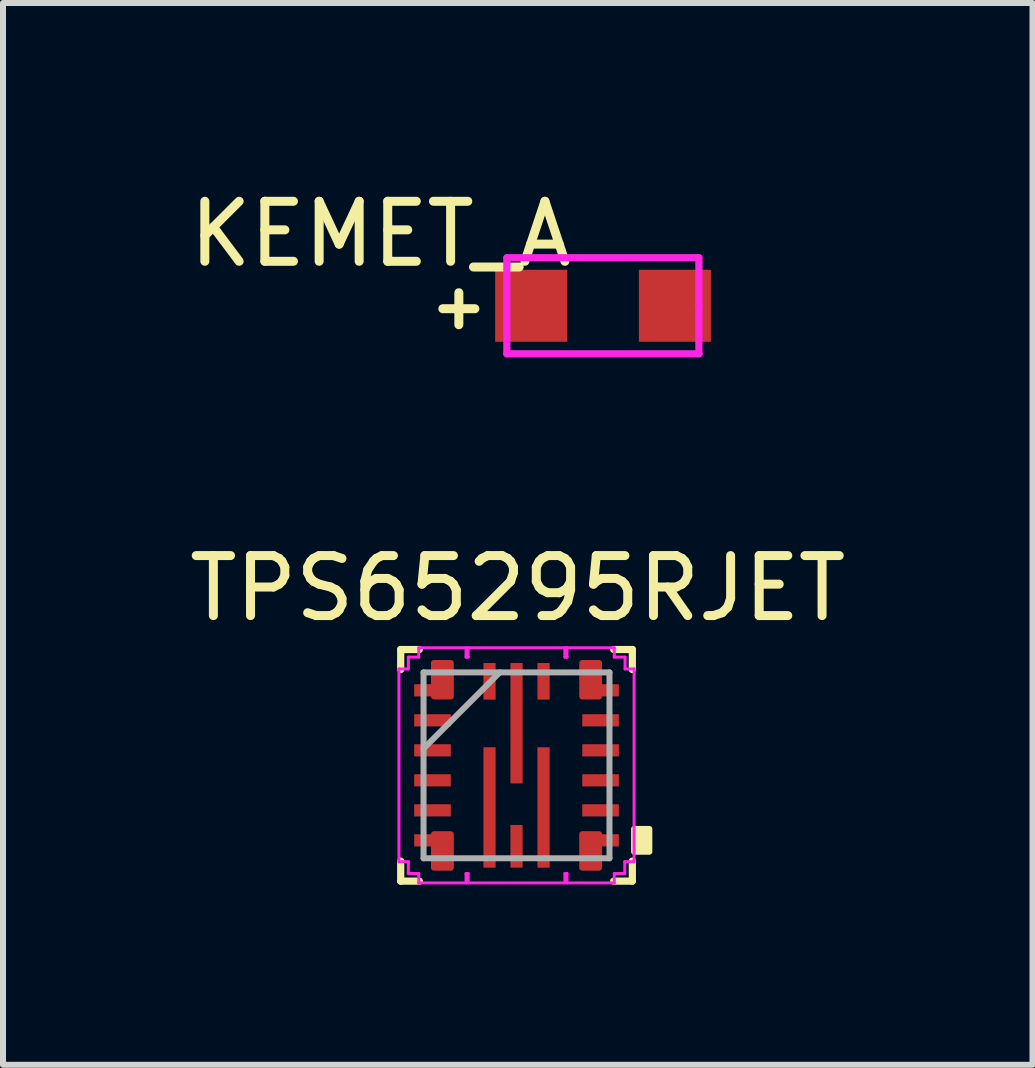
<source format=kicad_pcb>
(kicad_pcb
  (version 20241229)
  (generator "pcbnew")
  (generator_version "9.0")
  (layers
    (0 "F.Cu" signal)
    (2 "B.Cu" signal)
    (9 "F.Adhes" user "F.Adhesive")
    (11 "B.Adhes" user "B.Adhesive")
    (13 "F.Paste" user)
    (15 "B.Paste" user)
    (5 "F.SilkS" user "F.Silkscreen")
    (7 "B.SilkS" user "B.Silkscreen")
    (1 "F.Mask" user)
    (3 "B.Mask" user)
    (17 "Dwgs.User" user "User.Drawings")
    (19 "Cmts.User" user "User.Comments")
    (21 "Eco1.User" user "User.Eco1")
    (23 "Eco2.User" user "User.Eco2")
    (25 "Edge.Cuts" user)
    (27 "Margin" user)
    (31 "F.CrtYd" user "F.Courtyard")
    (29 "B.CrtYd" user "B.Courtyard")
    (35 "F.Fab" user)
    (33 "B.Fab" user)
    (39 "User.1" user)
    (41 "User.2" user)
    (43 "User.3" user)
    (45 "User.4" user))
  (footprint "KEMET_A"
    (layer "F.Cu")
    (at 5.796 2.045)
    (property "Reference" "KEMET_A" (at -2.504 -1.196 0) (layer "F.SilkS") (effects (font (size 1 1) (thickness 0.15))))
    (attr through_hole)
    (fp_line (start -0.4 -0.8) (end -0.4 0.8) (stroke (width 0.12) (type solid)) (layer "F.CrtYd"))
    (fp_line (start -0.4 0.8) (end 2.8 0.8) (stroke (width 0.12) (type solid)) (layer "F.CrtYd"))
    (fp_line (start 2.8 -0.8) (end -0.4 -0.8) (stroke (width 0.12) (type solid)) (layer "F.CrtYd"))
    (fp_line (start 2.8 0) (end 2.8 -0.8) (stroke (width 0.12) (type solid)) (layer "F.CrtYd"))
    (fp_line (start 2.8 0.8) (end 2.8 0) (stroke (width 0.12) (type solid)) (layer "F.CrtYd"))
    (fp_text user "+" (at -1.2 0 0) (layer "F.SilkS") (effects (font (size 0.7 0.7) (thickness 0.15))))
    (pad "1" smd rect (at 0.005 0) (size 1.2 1.2) (layers "F.Cu" "F.Mask" "F.Paste"))
    (pad "2" smd rect (at 2.4 0) (size 1.2 1.2) (layers "F.Cu" "F.Mask" "F.Paste")))
  (footprint "TPS65295RJET"
    (layer "F.Cu")
    (at 5.557 9.703)
    (property "Reference" "TPS65295RJET" (at 0.02 -2.95 0) (layer "F.SilkS") (effects (font (size 1 1) (thickness 0.15))))
    (attr through_hole)
    (fp_poly (pts (xy -1.095 -1.148) (xy -1.095 -1.705) (xy -1.375 -1.705) (xy -1.375 -1.148)) (stroke (width 0.1) (type solid)) (fill yes) (layer "F.Cu"))
    (fp_poly (pts (xy -1.095 1.148) (xy -1.095 1.705) (xy -1.375 1.705) (xy -1.375 1.148)) (stroke (width 0.1) (type solid)) (fill yes) (layer "F.Cu"))
    (fp_poly (pts (xy 1.095 -1.148) (xy 1.095 -1.705) (xy 1.375 -1.705) (xy 1.375 -1.148)) (stroke (width 0.1) (type solid)) (fill yes) (layer "F.Cu"))
    (fp_poly (pts (xy 1.095 1.148) (xy 1.095 1.705) (xy 1.375 1.705) (xy 1.375 1.148)) (stroke (width 0.1) (type solid)) (fill yes) (layer "F.Cu"))
    (fp_poly (pts (xy -1.095 -1.148) (xy -1.095 -1.705) (xy -1.375 -1.705) (xy -1.375 -1.148)) (stroke (width 0.1) (type solid)) (fill yes) (layer "F.Mask"))
    (fp_poly (pts (xy -1.095 1.148) (xy -1.095 1.705) (xy -1.375 1.705) (xy -1.375 1.148)) (stroke (width 0.1) (type solid)) (fill yes) (layer "F.Mask"))
    (fp_poly (pts (xy 1.095 -1.148) (xy 1.095 -1.705) (xy 1.375 -1.705) (xy 1.375 -1.148)) (stroke (width 0.1) (type solid)) (fill yes) (layer "F.Mask"))
    (fp_poly (pts (xy 1.095 1.148) (xy 1.095 1.705) (xy 1.375 1.705) (xy 1.375 1.148)) (stroke (width 0.1) (type solid)) (fill yes) (layer "F.Mask"))
    (fp_line (start -1.93 -1.93) (end -1.93 -1.596) (stroke (width 0.12) (type solid)) (layer "F.SilkS"))
    (fp_line (start -1.93 1.596) (end -1.93 1.93) (stroke (width 0.12) (type solid)) (layer "F.SilkS"))
    (fp_line (start -1.93 1.93) (end -1.619 1.93) (stroke (width 0.12) (type solid)) (layer "F.SilkS"))
    (fp_line (start -1.619 -1.93) (end -1.93 -1.93) (stroke (width 0.12) (type solid)) (layer "F.SilkS"))
    (fp_line (start 1.619 1.93) (end 1.93 1.93) (stroke (width 0.12) (type solid)) (layer "F.SilkS"))
    (fp_line (start 1.93 -1.93) (end 1.619 -1.93) (stroke (width 0.12) (type solid)) (layer "F.SilkS"))
    (fp_line (start 1.93 -1.596) (end 1.93 -1.93) (stroke (width 0.12) (type solid)) (layer "F.SilkS"))
    (fp_line (start 1.93 1.93) (end 1.93 1.596) (stroke (width 0.12) (type solid)) (layer "F.SilkS"))
    (fp_poly (pts (xy 2.213 1.06) (xy 2.213 1.44) (xy 1.959 1.44) (xy 1.959 1.06)) (stroke (width 0.1) (type solid)) (fill yes) (layer "F.SilkS"))
    (fp_poly (pts (xy -1.095 -1.148) (xy -1.095 -1.705) (xy -1.375 -1.705) (xy -1.375 -1.148)) (stroke (width 0.1) (type solid)) (fill yes) (layer "F.Paste"))
    (fp_poly (pts (xy -1.095 1.148) (xy -1.095 1.705) (xy -1.375 1.705) (xy -1.375 1.148)) (stroke (width 0.1) (type solid)) (fill yes) (layer "F.Paste"))
    (fp_poly (pts (xy 1.095 -1.148) (xy 1.095 -1.705) (xy 1.375 -1.705) (xy 1.375 -1.148)) (stroke (width 0.1) (type solid)) (fill yes) (layer "F.Paste"))
    (fp_poly (pts (xy 1.095 1.148) (xy 1.095 1.705) (xy 1.375 1.705) (xy 1.375 1.148)) (stroke (width 0.1) (type solid)) (fill yes) (layer "F.Paste"))
    (fp_line (start -1.959 -1.606) (end -1.959 1.606) (stroke (width 0.05) (type solid)) (layer "F.CrtYd"))
    (fp_line (start -1.959 1.606) (end -1.803 1.606) (stroke (width 0.05) (type solid)) (layer "F.CrtYd"))
    (fp_line (start -1.803 -1.803) (end -1.803 -1.606) (stroke (width 0.05) (type solid)) (layer "F.CrtYd"))
    (fp_line (start -1.803 -1.606) (end -1.959 -1.606) (stroke (width 0.05) (type solid)) (layer "F.CrtYd"))
    (fp_line (start -1.803 1.606) (end -1.803 1.803) (stroke (width 0.05) (type solid)) (layer "F.CrtYd"))
    (fp_line (start -1.803 1.803) (end -1.629 1.803) (stroke (width 0.05) (type solid)) (layer "F.CrtYd"))
    (fp_line (start -1.629 -1.959) (end -1.629 -1.803) (stroke (width 0.05) (type solid)) (layer "F.CrtYd"))
    (fp_line (start -1.629 -1.803) (end -1.803 -1.803) (stroke (width 0.05) (type solid)) (layer "F.CrtYd"))
    (fp_line (start -1.629 1.803) (end -1.629 1.959) (stroke (width 0.05) (type solid)) (layer "F.CrtYd"))
    (fp_line (start -1.629 1.959) (end -0.841 1.959) (stroke (width 0.05) (type solid)) (layer "F.CrtYd"))
    (fp_line (start -0.841 -1.959) (end -1.629 -1.959) (stroke (width 0.05) (type solid)) (layer "F.CrtYd"))
    (fp_line (start -0.841 -1.803) (end -0.841 -1.959) (stroke (width 0.05) (type solid)) (layer "F.CrtYd"))
    (fp_line (start -0.841 1.803) (end -0.806 1.803) (stroke (width 0.05) (type solid)) (layer "F.CrtYd"))
    (fp_line (start -0.841 1.959) (end -0.841 1.803) (stroke (width 0.05) (type solid)) (layer "F.CrtYd"))
    (fp_line (start -0.806 -1.959) (end -0.806 -1.803) (stroke (width 0.05) (type solid)) (layer "F.CrtYd"))
    (fp_line (start -0.806 -1.803) (end -0.841 -1.803) (stroke (width 0.05) (type solid)) (layer "F.CrtYd"))
    (fp_line (start -0.806 1.803) (end -0.806 1.959) (stroke (width 0.05) (type solid)) (layer "F.CrtYd"))
    (fp_line (start -0.806 1.959) (end 0.806 1.959) (stroke (width 0.05) (type solid)) (layer "F.CrtYd"))
    (fp_line (start 0.806 -1.959) (end -0.806 -1.959) (stroke (width 0.05) (type solid)) (layer "F.CrtYd"))
    (fp_line (start 0.806 -1.803) (end 0.806 -1.959) (stroke (width 0.05) (type solid)) (layer "F.CrtYd"))
    (fp_line (start 0.806 1.803) (end 0.841 1.803) (stroke (width 0.05) (type solid)) (layer "F.CrtYd"))
    (fp_line (start 0.806 1.959) (end 0.806 1.803) (stroke (width 0.05) (type solid)) (layer "F.CrtYd"))
    (fp_line (start 0.841 -1.959) (end 0.841 -1.803) (stroke (width 0.05) (type solid)) (layer "F.CrtYd"))
    (fp_line (start 0.841 -1.803) (end 0.806 -1.803) (stroke (width 0.05) (type solid)) (layer "F.CrtYd"))
    (fp_line (start 0.841 1.803) (end 0.841 1.959) (stroke (width 0.05) (type solid)) (layer "F.CrtYd"))
    (fp_line (start 0.841 1.959) (end 1.629 1.959) (stroke (width 0.05) (type solid)) (layer "F.CrtYd"))
    (fp_line (start 1.629 -1.959) (end 0.841 -1.959) (stroke (width 0.05) (type solid)) (layer "F.CrtYd"))
    (fp_line (start 1.629 -1.803) (end 1.629 -1.959) (stroke (width 0.05) (type solid)) (layer "F.CrtYd"))
    (fp_line (start 1.629 1.803) (end 1.803 1.803) (stroke (width 0.05) (type solid)) (layer "F.CrtYd"))
    (fp_line (start 1.629 1.959) (end 1.629 1.803) (stroke (width 0.05) (type solid)) (layer "F.CrtYd"))
    (fp_line (start 1.803 1.803) (end 1.804 1.606) (stroke (width 0.05) (type solid)) (layer "F.CrtYd"))
    (fp_line (start 1.804 1.606) (end 1.959 1.606) (stroke (width 0.05) (type solid)) (layer "F.CrtYd"))
    (fp_line (start 1.809 -1.606) (end 1.809 -1.803) (stroke (width 0.05) (type solid)) (layer "F.CrtYd"))
    (fp_line (start 1.809 -1.803) (end 1.629 -1.803) (stroke (width 0.05) (type solid)) (layer "F.CrtYd"))
    (fp_line (start 1.959 -1.606) (end 1.809 -1.606) (stroke (width 0.05) (type solid)) (layer "F.CrtYd"))
    (fp_line (start 1.959 1.606) (end 1.959 -1.606) (stroke (width 0.05) (type solid)) (layer "F.CrtYd"))
    (fp_line (start -1.549 -1.549) (end -1.549 1.549) (stroke (width 0.1) (type solid)) (layer "F.Fab"))
    (fp_line (start -1.549 -0.279) (end -0.279 -1.549) (stroke (width 0.1) (type solid)) (layer "F.Fab"))
    (fp_line (start -1.549 1.549) (end 1.549 1.549) (stroke (width 0.1) (type solid)) (layer "F.Fab"))
    (fp_line (start 1.549 -1.549) (end -1.549 -1.549) (stroke (width 0.1) (type solid)) (layer "F.Fab"))
    (fp_line (start 1.549 1.549) (end 1.549 -1.549) (stroke (width 0.1) (type solid)) (layer "F.Fab"))
    (pad "1" smd rect (at -1.4 -1.25 90) (size 0.203 0.61) (layers "F.Cu" "F.Mask" "F.Paste"))
    (pad "2" smd rect (at -1.4 -0.75 90) (size 0.203 0.61) (layers "F.Cu" "F.Mask" "F.Paste"))
    (pad "3" smd rect (at -1.4 -0.25 90) (size 0.203 0.61) (layers "F.Cu" "F.Mask" "F.Paste"))
    (pad "4" smd rect (at -1.4 0.25 90) (size 0.203 0.61) (layers "F.Cu" "F.Mask" "F.Paste"))
    (pad "5" smd rect (at -1.4 0.75 90) (size 0.203 0.61) (layers "F.Cu" "F.Mask" "F.Paste"))
    (pad "6" smd rect (at -1.4 1.25 90) (size 0.203 0.61) (layers "F.Cu" "F.Mask" "F.Paste"))
    (pad "7" smd rect (at -0.45 0.702) (size 0.203 2.007) (layers "F.Cu" "F.Mask" "F.Paste"))
    (pad "8" smd rect (at 0 1.349) (size 0.203 0.711) (layers "F.Cu" "F.Mask" "F.Paste"))
    (pad "9" smd rect (at 0.45 0.702) (size 0.203 2.007) (layers "F.Cu" "F.Mask" "F.Paste"))
    (pad "10" smd rect (at 1.4 1.25 90) (size 0.203 0.61) (layers "F.Cu" "F.Mask" "F.Paste"))
    (pad "11" smd rect (at 1.4 0.75 90) (size 0.203 0.61) (layers "F.Cu" "F.Mask" "F.Paste"))
    (pad "12" smd rect (at 1.4 0.25 90) (size 0.203 0.61) (layers "F.Cu" "F.Mask" "F.Paste"))
    (pad "13" smd rect (at 1.4 -0.25 90) (size 0.203 0.61) (layers "F.Cu" "F.Mask" "F.Paste"))
    (pad "14" smd rect (at 1.4 -0.75 90) (size 0.203 0.61) (layers "F.Cu" "F.Mask" "F.Paste"))
    (pad "15" smd rect (at 1.4 -1.25 90) (size 0.203 0.61) (layers "F.Cu" "F.Mask" "F.Paste"))
    (pad "16" smd rect (at 0.45 -1.4) (size 0.203 0.61) (layers "F.Cu" "F.Mask" "F.Paste"))
    (pad "17" smd rect (at 0 -0.702) (size 0.203 2.007) (layers "F.Cu" "F.Mask" "F.Paste"))
    (pad "18" smd rect (at -0.45 -1.4) (size 0.203 0.61) (layers "F.Cu" "F.Mask" "F.Paste")))
  (gr_rect
    (start -3 -3)
    (end 14.155 14.693)
    (stroke (width 0.1) (type default))
    (fill no)
    (layer "Edge.Cuts")))
</source>
